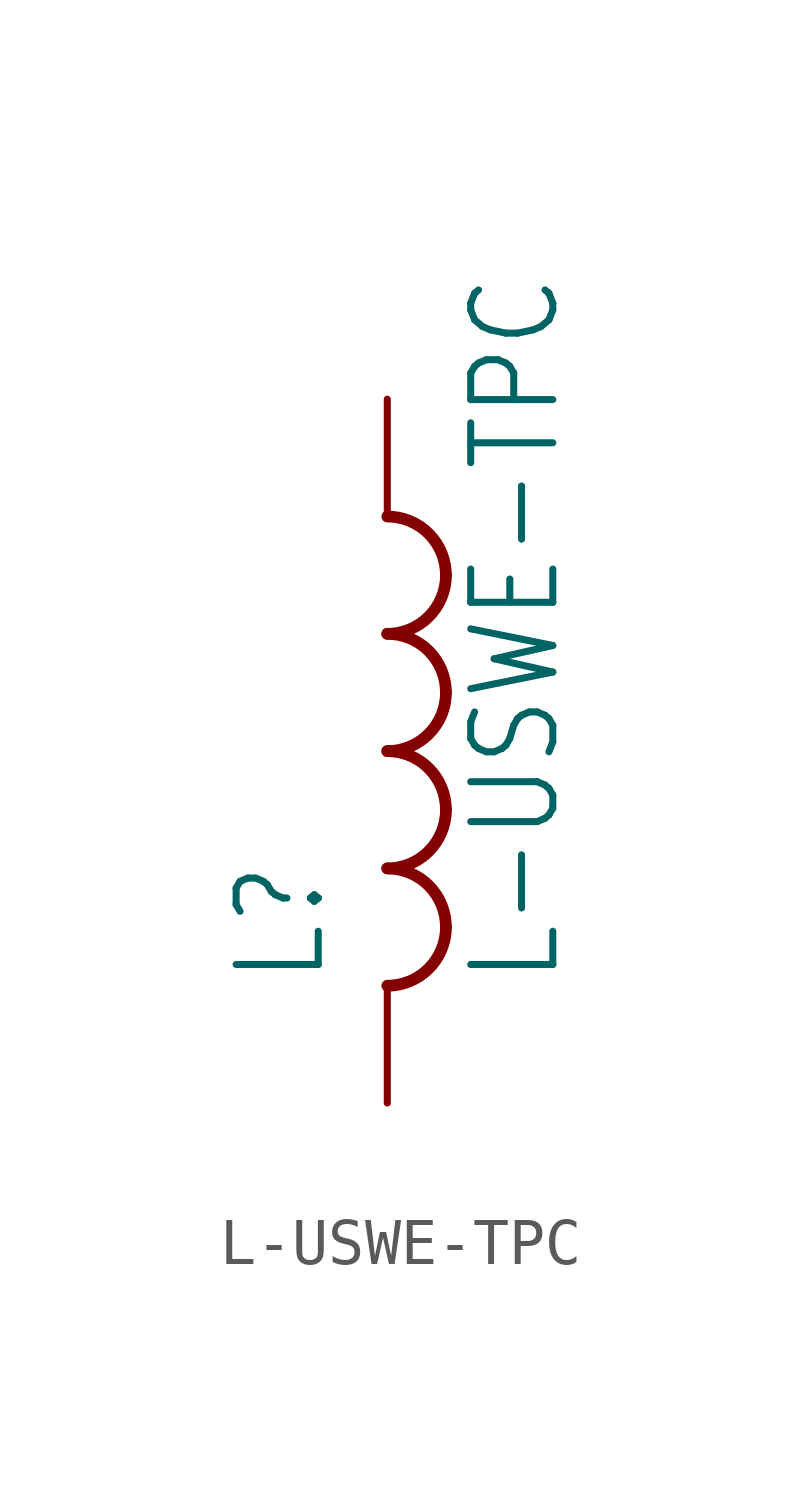
<source format=kicad_sym>
(kicad_symbol_lib
  (version 20211014)
  (generator kicad_symbol_editor)
  (symbol "L-USWE-TPC"
    (property "Reference" "L"
      (at -1.27 -5.08 90)
      (effects (font (size 1.778 1.511)) (justify left bottom)))
    (property "Value" "L-USWE-TPC"
      (at 3.81 -5.08 90)
      (effects (font (size 1.778 1.511)) (justify left bottom)))
    (property "ki_locked" ""
      (at 0 0 0)
      (effects (font (size 1.27 1.27))))
    (symbol "L-USWE-TPC_1_0"
      (arc (start 0 -5.08) (mid 0.898 -4.708) (end 1.27 -3.81) (stroke (width 0.254) (type default) (color 0 0 0 0)) (fill (type none)))
      (arc (start 0 -2.54) (mid 0.898 -2.168) (end 1.27 -1.27) (stroke (width 0.254) (type default) (color 0 0 0 0)) (fill (type none)))
      (arc (start 0 0) (mid 0.898 0.372) (end 1.27 1.27) (stroke (width 0.254) (type default) (color 0 0 0 0)) (fill (type none)))
      (arc (start 0 2.54) (mid 0.898 2.912) (end 1.27 3.81) (stroke (width 0.254) (type default) (color 0 0 0 0)) (fill (type none)))
      (arc (start 1.27 -3.81) (mid 0.898 -2.912) (end 0 -2.54) (stroke (width 0.254) (type default) (color 0 0 0 0)) (fill (type none)))
      (arc (start 1.27 -1.27) (mid 0.898 -0.372) (end 0 0) (stroke (width 0.254) (type default) (color 0 0 0 0)) (fill (type none)))
      (arc (start 1.27 1.27) (mid 0.898 2.168) (end 0 2.54) (stroke (width 0.254) (type default) (color 0 0 0 0)) (fill (type none)))
      (arc (start 1.27 3.81) (mid 0.898 4.708) (end 0 5.08) (stroke (width 0.254) (type default) (color 0 0 0 0)) (fill (type none)))
      (pin passive line (at 0 7.62 270) (length 2.54) (name "1" (effects (font (size 0 0)))) (number "1" (effects (font (size 0 0)))))
      (pin passive line (at 0 -7.62 90) (length 2.54) (name "2" (effects (font (size 0 0)))) (number "2" (effects (font (size 0 0))))))))
</source>
